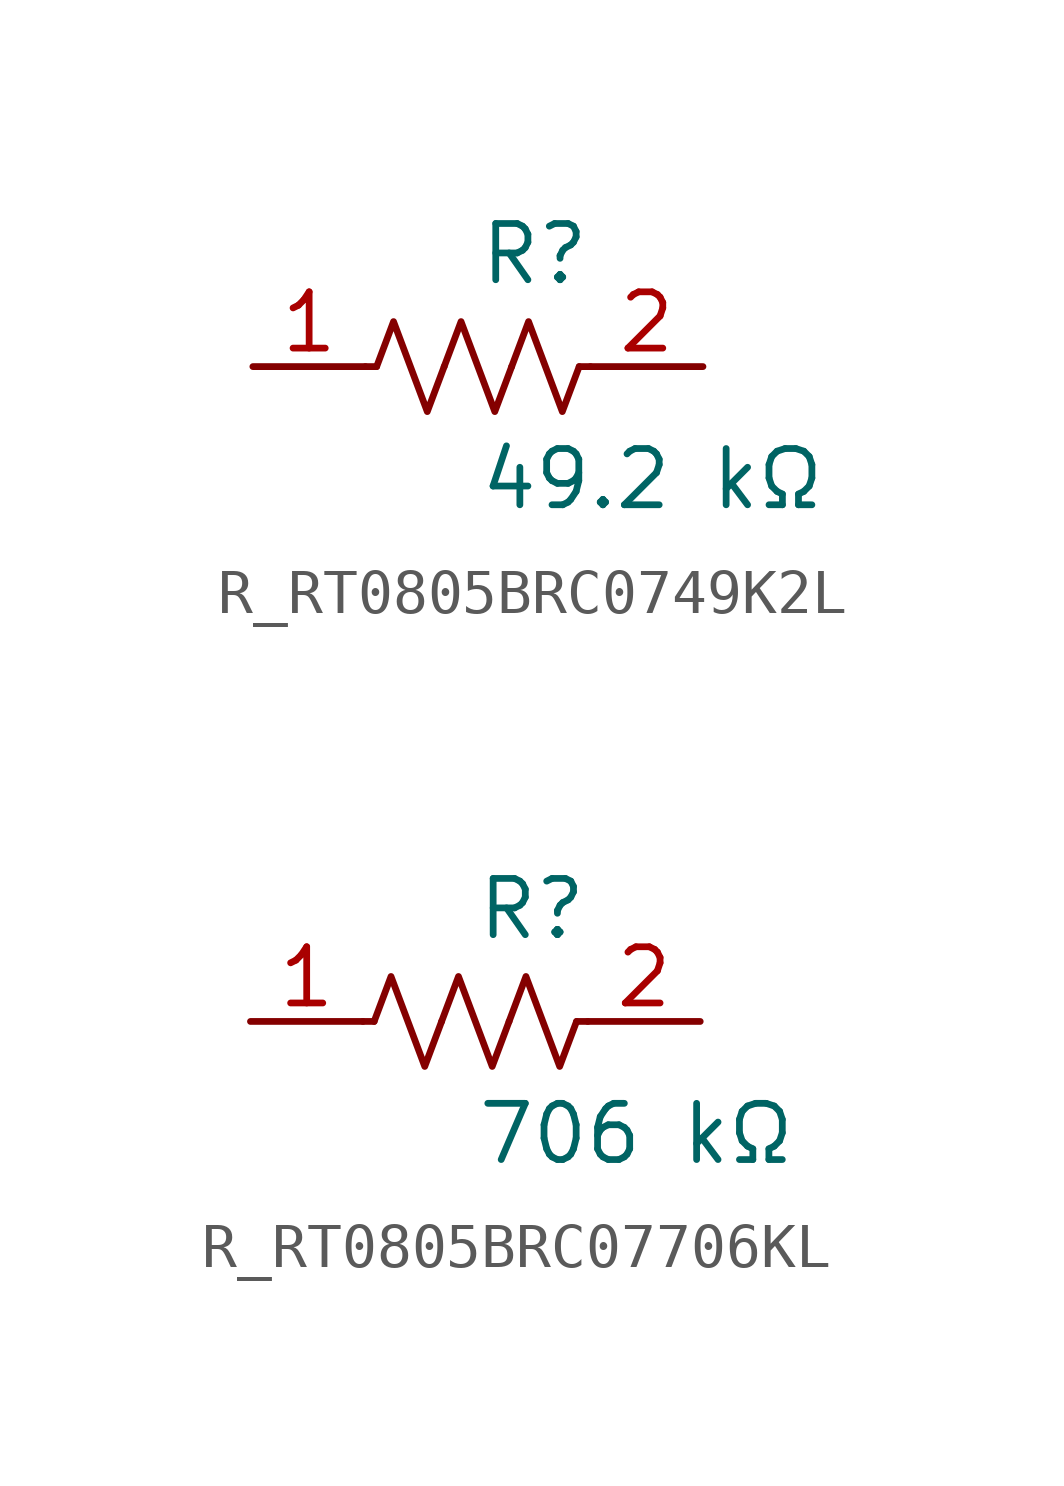
<source format=kicad_sym>
(kicad_symbol_lib
  (version 20231120)
  (generator kicad_symbol_editor)
  (generator_version 8.0)
  (symbol "R_RT0805BRC0749K2L"
    (pin_names
      (offset 0.254))
    (property "Reference" "R"
      (at 0 2.54 0)
      (effects (font (size 1.27 1.27)) (justify left)))
    (property "Value" "49.2 kΩ"
      (at 0 -2.54 0)
      (effects (font (size 1.27 1.27)) (justify left)))
    (symbol "R_RT0805BRC0749K2L_0_1"
      (polyline (pts (xy 2.286 0) (xy 2.54 0)) (stroke (width 0) (type default)) (fill (type none)))
      (polyline (pts (xy -2.286 0) (xy -2.54 0)) (stroke (width 0) (type default)) (fill (type none)))
      (polyline (pts (xy 0.762 0) (xy 1.143 1.016) (xy 1.524 0) (xy 1.905 -1.016) (xy 2.286 0)) (stroke (width 0) (type default)) (fill (type none)))
      (polyline (pts (xy -0.762 0) (xy -0.381 1.016) (xy 0 0) (xy 0.381 -1.016) (xy 0.762 0)) (stroke (width 0) (type default)) (fill (type none)))
      (polyline (pts (xy -2.286 0) (xy -1.905 1.016) (xy -1.524 0) (xy -1.143 -1.016) (xy -0.762 0)) (stroke (width 0) (type default)) (fill (type none))))
    (pin unspecified line
      (at -5.08 0 0)
      (length 2.54)
      (name "" (effects (font (size 1.27 1.27))))
      (number "1" (effects (font (size 1.27 1.27)))))
    (pin unspecified line
      (at 5.08 0 180)
      (length 2.54)
      (name "" (effects (font (size 1.27 1.27))))
      (number "2" (effects (font (size 1.27 1.27))))))
  (symbol "R_RT0805BRC07706KL"
    (pin_names
      (offset 0.254))
    (property "Reference" "R"
      (at 0 2.54 0)
      (effects (font (size 1.27 1.27)) (justify left)))
    (property "Value" "706 kΩ"
      (at 0 -2.54 0)
      (effects (font (size 1.27 1.27)) (justify left)))
    (symbol "R_RT0805BRC07706KL_0_1"
      (polyline (pts (xy 2.286 0) (xy 2.54 0)) (stroke (width 0) (type default)) (fill (type none)))
      (polyline (pts (xy -2.286 0) (xy -2.54 0)) (stroke (width 0) (type default)) (fill (type none)))
      (polyline (pts (xy 0.762 0) (xy 1.143 1.016) (xy 1.524 0) (xy 1.905 -1.016) (xy 2.286 0)) (stroke (width 0) (type default)) (fill (type none)))
      (polyline (pts (xy -0.762 0) (xy -0.381 1.016) (xy 0 0) (xy 0.381 -1.016) (xy 0.762 0)) (stroke (width 0) (type default)) (fill (type none)))
      (polyline (pts (xy -2.286 0) (xy -1.905 1.016) (xy -1.524 0) (xy -1.143 -1.016) (xy -0.762 0)) (stroke (width 0) (type default)) (fill (type none))))
    (pin unspecified line
      (at -5.08 0 0)
      (length 2.54)
      (name "" (effects (font (size 1.27 1.27))))
      (number "1" (effects (font (size 1.27 1.27)))))
    (pin unspecified line
      (at 5.08 0 180)
      (length 2.54)
      (name "" (effects (font (size 1.27 1.27))))
      (number "2" (effects (font (size 1.27 1.27)))))))
</source>
